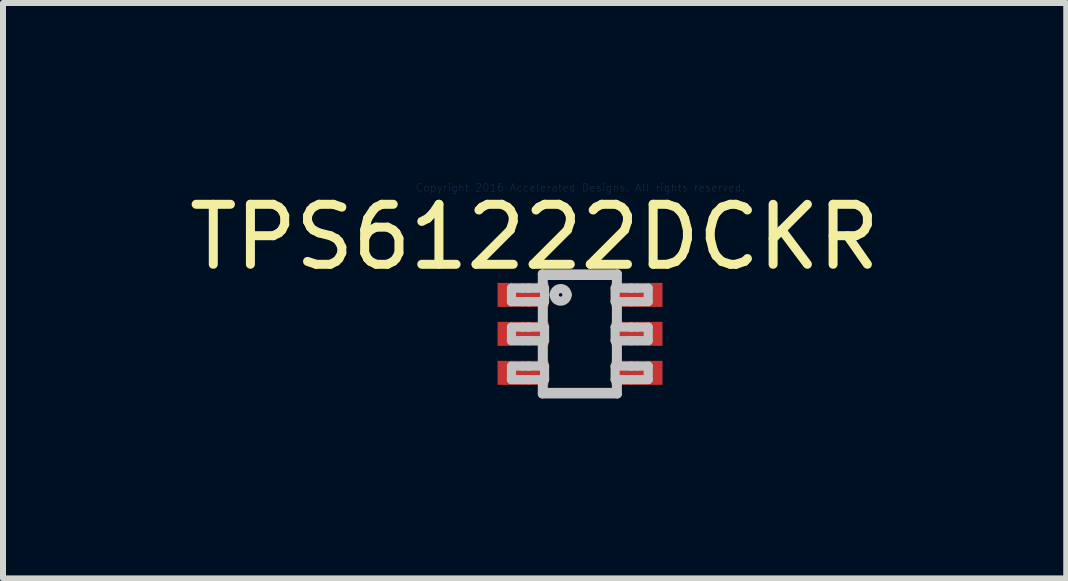
<source format=kicad_pcb>
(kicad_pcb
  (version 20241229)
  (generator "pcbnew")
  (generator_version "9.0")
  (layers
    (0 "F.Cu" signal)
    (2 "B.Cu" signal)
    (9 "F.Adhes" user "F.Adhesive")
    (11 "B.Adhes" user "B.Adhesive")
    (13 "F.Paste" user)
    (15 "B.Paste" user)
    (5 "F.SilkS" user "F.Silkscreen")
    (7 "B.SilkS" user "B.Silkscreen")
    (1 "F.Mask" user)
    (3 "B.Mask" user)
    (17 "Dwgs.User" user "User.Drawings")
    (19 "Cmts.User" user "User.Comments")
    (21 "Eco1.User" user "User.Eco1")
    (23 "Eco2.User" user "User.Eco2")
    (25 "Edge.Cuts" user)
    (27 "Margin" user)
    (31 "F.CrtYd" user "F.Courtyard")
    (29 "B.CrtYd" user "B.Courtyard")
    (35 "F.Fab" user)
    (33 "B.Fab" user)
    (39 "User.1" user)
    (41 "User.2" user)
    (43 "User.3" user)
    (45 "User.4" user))
  (footprint "TPS61222DCKR"
    (layer "F.Cu")
    (at 6.62 2.516)
    (property "Reference" "TPS61222DCKR" (at -0.757 -1.615 0) (layer "F.SilkS") (effects (font (size 1 1) (thickness 0.15))))
    (attr through_hole)
    (fp_line (start -1.143 -0.762) (end -0.959 -0.762) (stroke (width 0.152) (type solid)) (layer "Dwgs.User"))
    (fp_line (start -1.143 -0.537) (end -1.143 -0.762) (stroke (width 0.152) (type solid)) (layer "Dwgs.User"))
    (fp_line (start -1.143 -0.537) (end -0.959 -0.537) (stroke (width 0.152) (type solid)) (layer "Dwgs.User"))
    (fp_line (start -1.143 -0.112) (end -0.959 -0.112) (stroke (width 0.152) (type solid)) (layer "Dwgs.User"))
    (fp_line (start -1.143 0.113) (end -1.143 -0.112) (stroke (width 0.152) (type solid)) (layer "Dwgs.User"))
    (fp_line (start -1.143 0.113) (end -0.959 0.113) (stroke (width 0.152) (type solid)) (layer "Dwgs.User"))
    (fp_line (start -1.143 0.538) (end -0.959 0.538) (stroke (width 0.152) (type solid)) (layer "Dwgs.User"))
    (fp_line (start -1.143 0.763) (end -1.143 0.538) (stroke (width 0.152) (type solid)) (layer "Dwgs.User"))
    (fp_line (start -1.143 0.763) (end -0.959 0.763) (stroke (width 0.152) (type solid)) (layer "Dwgs.User"))
    (fp_line (start -0.959 -0.762) (end -0.865 -0.762) (stroke (width 0.152) (type solid)) (layer "Dwgs.User"))
    (fp_line (start -0.959 -0.537) (end -0.865 -0.537) (stroke (width 0.152) (type solid)) (layer "Dwgs.User"))
    (fp_line (start -0.959 -0.112) (end -0.865 -0.112) (stroke (width 0.152) (type solid)) (layer "Dwgs.User"))
    (fp_line (start -0.959 0.113) (end -0.865 0.113) (stroke (width 0.152) (type solid)) (layer "Dwgs.User"))
    (fp_line (start -0.959 0.538) (end -0.865 0.538) (stroke (width 0.152) (type solid)) (layer "Dwgs.User"))
    (fp_line (start -0.959 0.763) (end -0.865 0.763) (stroke (width 0.152) (type solid)) (layer "Dwgs.User"))
    (fp_line (start -0.865 -0.762) (end -0.853 -0.762) (stroke (width 0.152) (type solid)) (layer "Dwgs.User"))
    (fp_line (start -0.865 -0.537) (end -0.853 -0.537) (stroke (width 0.152) (type solid)) (layer "Dwgs.User"))
    (fp_line (start -0.865 -0.112) (end -0.853 -0.112) (stroke (width 0.152) (type solid)) (layer "Dwgs.User"))
    (fp_line (start -0.865 0.113) (end -0.853 0.113) (stroke (width 0.152) (type solid)) (layer "Dwgs.User"))
    (fp_line (start -0.865 0.538) (end -0.853 0.538) (stroke (width 0.152) (type solid)) (layer "Dwgs.User"))
    (fp_line (start -0.865 0.763) (end -0.853 0.763) (stroke (width 0.152) (type solid)) (layer "Dwgs.User"))
    (fp_line (start -0.853 -0.762) (end -0.628 -0.762) (stroke (width 0.152) (type solid)) (layer "Dwgs.User"))
    (fp_line (start -0.853 -0.537) (end -0.628 -0.537) (stroke (width 0.152) (type solid)) (layer "Dwgs.User"))
    (fp_line (start -0.853 -0.112) (end -0.628 -0.112) (stroke (width 0.152) (type solid)) (layer "Dwgs.User"))
    (fp_line (start -0.853 0.113) (end -0.628 0.113) (stroke (width 0.152) (type solid)) (layer "Dwgs.User"))
    (fp_line (start -0.853 0.538) (end -0.628 0.538) (stroke (width 0.152) (type solid)) (layer "Dwgs.User"))
    (fp_line (start -0.853 0.763) (end -0.628 0.763) (stroke (width 0.152) (type solid)) (layer "Dwgs.User"))
    (fp_line (start -0.628 -0.999) (end 0.622 -0.999) (stroke (width 0.152) (type solid)) (layer "Dwgs.User"))
    (fp_line (start -0.628 -0.762) (end -0.628 -0.999) (stroke (width 0.152) (type solid)) (layer "Dwgs.User"))
    (fp_line (start -0.628 -0.762) (end -0.591 -0.762) (stroke (width 0.152) (type solid)) (layer "Dwgs.User"))
    (fp_line (start -0.628 -0.537) (end -0.591 -0.537) (stroke (width 0.152) (type solid)) (layer "Dwgs.User"))
    (fp_line (start -0.628 -0.112) (end -0.628 -0.537) (stroke (width 0.152) (type solid)) (layer "Dwgs.User"))
    (fp_line (start -0.628 -0.112) (end -0.591 -0.112) (stroke (width 0.152) (type solid)) (layer "Dwgs.User"))
    (fp_line (start -0.628 0.113) (end -0.591 0.113) (stroke (width 0.152) (type solid)) (layer "Dwgs.User"))
    (fp_line (start -0.628 0.538) (end -0.628 0.113) (stroke (width 0.152) (type solid)) (layer "Dwgs.User"))
    (fp_line (start -0.628 0.538) (end -0.591 0.538) (stroke (width 0.152) (type solid)) (layer "Dwgs.User"))
    (fp_line (start -0.628 0.763) (end -0.591 0.763) (stroke (width 0.152) (type solid)) (layer "Dwgs.User"))
    (fp_line (start -0.628 1.001) (end -0.628 0.763) (stroke (width 0.152) (type solid)) (layer "Dwgs.User"))
    (fp_line (start -0.628 1.001) (end 0.622 1.001) (stroke (width 0.152) (type solid)) (layer "Dwgs.User"))
    (fp_line (start -0.613 -0.974) (end 0.607 -0.974) (stroke (width 0.152) (type solid)) (layer "Dwgs.User"))
    (fp_line (start -0.613 -0.762) (end -0.613 -0.974) (stroke (width 0.152) (type solid)) (layer "Dwgs.User"))
    (fp_line (start -0.613 -0.112) (end -0.613 -0.537) (stroke (width 0.152) (type solid)) (layer "Dwgs.User"))
    (fp_line (start -0.613 0.538) (end -0.613 0.113) (stroke (width 0.152) (type solid)) (layer "Dwgs.User"))
    (fp_line (start -0.613 0.976) (end -0.613 0.763) (stroke (width 0.152) (type solid)) (layer "Dwgs.User"))
    (fp_line (start -0.613 0.976) (end 0.607 0.976) (stroke (width 0.152) (type solid)) (layer "Dwgs.User"))
    (fp_line (start -0.591 -0.537) (end -0.591 -0.762) (stroke (width 0.152) (type solid)) (layer "Dwgs.User"))
    (fp_line (start -0.591 0.113) (end -0.591 -0.112) (stroke (width 0.152) (type solid)) (layer "Dwgs.User"))
    (fp_line (start -0.591 0.763) (end -0.591 0.538) (stroke (width 0.152) (type solid)) (layer "Dwgs.User"))
    (fp_line (start 0.585 -0.762) (end 0.622 -0.762) (stroke (width 0.152) (type solid)) (layer "Dwgs.User"))
    (fp_line (start 0.585 -0.537) (end 0.585 -0.762) (stroke (width 0.152) (type solid)) (layer "Dwgs.User"))
    (fp_line (start 0.585 -0.537) (end 0.622 -0.537) (stroke (width 0.152) (type solid)) (layer "Dwgs.User"))
    (fp_line (start 0.585 -0.112) (end 0.622 -0.112) (stroke (width 0.152) (type solid)) (layer "Dwgs.User"))
    (fp_line (start 0.585 0.113) (end 0.585 -0.112) (stroke (width 0.152) (type solid)) (layer "Dwgs.User"))
    (fp_line (start 0.585 0.113) (end 0.622 0.113) (stroke (width 0.152) (type solid)) (layer "Dwgs.User"))
    (fp_line (start 0.585 0.538) (end 0.622 0.538) (stroke (width 0.152) (type solid)) (layer "Dwgs.User"))
    (fp_line (start 0.585 0.763) (end 0.585 0.538) (stroke (width 0.152) (type solid)) (layer "Dwgs.User"))
    (fp_line (start 0.585 0.763) (end 0.622 0.763) (stroke (width 0.152) (type solid)) (layer "Dwgs.User"))
    (fp_line (start 0.607 -0.762) (end 0.607 -0.974) (stroke (width 0.152) (type solid)) (layer "Dwgs.User"))
    (fp_line (start 0.607 -0.112) (end 0.607 -0.537) (stroke (width 0.152) (type solid)) (layer "Dwgs.User"))
    (fp_line (start 0.607 0.538) (end 0.607 0.113) (stroke (width 0.152) (type solid)) (layer "Dwgs.User"))
    (fp_line (start 0.607 0.976) (end 0.607 0.763) (stroke (width 0.152) (type solid)) (layer "Dwgs.User"))
    (fp_line (start 0.622 -0.762) (end 0.622 -0.999) (stroke (width 0.152) (type solid)) (layer "Dwgs.User"))
    (fp_line (start 0.622 -0.762) (end 0.847 -0.762) (stroke (width 0.152) (type solid)) (layer "Dwgs.User"))
    (fp_line (start 0.622 -0.537) (end 0.847 -0.537) (stroke (width 0.152) (type solid)) (layer "Dwgs.User"))
    (fp_line (start 0.622 -0.112) (end 0.622 -0.537) (stroke (width 0.152) (type solid)) (layer "Dwgs.User"))
    (fp_line (start 0.622 -0.112) (end 0.847 -0.112) (stroke (width 0.152) (type solid)) (layer "Dwgs.User"))
    (fp_line (start 0.622 0.113) (end 0.847 0.113) (stroke (width 0.152) (type solid)) (layer "Dwgs.User"))
    (fp_line (start 0.622 0.538) (end 0.622 0.113) (stroke (width 0.152) (type solid)) (layer "Dwgs.User"))
    (fp_line (start 0.622 0.538) (end 0.847 0.538) (stroke (width 0.152) (type solid)) (layer "Dwgs.User"))
    (fp_line (start 0.622 0.763) (end 0.847 0.763) (stroke (width 0.152) (type solid)) (layer "Dwgs.User"))
    (fp_line (start 0.622 1.001) (end 0.622 0.763) (stroke (width 0.152) (type solid)) (layer "Dwgs.User"))
    (fp_line (start 0.847 -0.762) (end 0.859 -0.762) (stroke (width 0.152) (type solid)) (layer "Dwgs.User"))
    (fp_line (start 0.847 -0.537) (end 0.859 -0.537) (stroke (width 0.152) (type solid)) (layer "Dwgs.User"))
    (fp_line (start 0.847 -0.112) (end 0.859 -0.112) (stroke (width 0.152) (type solid)) (layer "Dwgs.User"))
    (fp_line (start 0.847 0.113) (end 0.859 0.113) (stroke (width 0.152) (type solid)) (layer "Dwgs.User"))
    (fp_line (start 0.847 0.538) (end 0.859 0.538) (stroke (width 0.152) (type solid)) (layer "Dwgs.User"))
    (fp_line (start 0.847 0.763) (end 0.859 0.763) (stroke (width 0.152) (type solid)) (layer "Dwgs.User"))
    (fp_line (start 0.859 -0.762) (end 0.953 -0.762) (stroke (width 0.152) (type solid)) (layer "Dwgs.User"))
    (fp_line (start 0.859 -0.537) (end 0.953 -0.537) (stroke (width 0.152) (type solid)) (layer "Dwgs.User"))
    (fp_line (start 0.859 -0.112) (end 0.953 -0.112) (stroke (width 0.152) (type solid)) (layer "Dwgs.User"))
    (fp_line (start 0.859 0.113) (end 0.953 0.113) (stroke (width 0.152) (type solid)) (layer "Dwgs.User"))
    (fp_line (start 0.859 0.538) (end 0.953 0.538) (stroke (width 0.152) (type solid)) (layer "Dwgs.User"))
    (fp_line (start 0.859 0.763) (end 0.953 0.763) (stroke (width 0.152) (type solid)) (layer "Dwgs.User"))
    (fp_line (start 0.953 -0.762) (end 1.137 -0.762) (stroke (width 0.152) (type solid)) (layer "Dwgs.User"))
    (fp_line (start 0.953 -0.537) (end 1.137 -0.537) (stroke (width 0.152) (type solid)) (layer "Dwgs.User"))
    (fp_line (start 0.953 -0.112) (end 1.137 -0.112) (stroke (width 0.152) (type solid)) (layer "Dwgs.User"))
    (fp_line (start 0.953 0.113) (end 1.137 0.113) (stroke (width 0.152) (type solid)) (layer "Dwgs.User"))
    (fp_line (start 0.953 0.538) (end 1.137 0.538) (stroke (width 0.152) (type solid)) (layer "Dwgs.User"))
    (fp_line (start 0.953 0.763) (end 1.137 0.763) (stroke (width 0.152) (type solid)) (layer "Dwgs.User"))
    (fp_line (start 1.137 -0.537) (end 1.137 -0.762) (stroke (width 0.152) (type solid)) (layer "Dwgs.User"))
    (fp_line (start 1.137 0.113) (end 1.137 -0.112) (stroke (width 0.152) (type solid)) (layer "Dwgs.User"))
    (fp_line (start 1.137 0.763) (end 1.137 0.538) (stroke (width 0.152) (type solid)) (layer "Dwgs.User"))
    (fp_arc (start -0.431546 -0.650138) (mid -0.323177 -0.758507) (end -0.214808 -0.650138) (stroke (width 0.1524) (type solid)) (layer "Dwgs.User"))
    (fp_arc (start -0.214808 -0.650138) (mid -0.323177 -0.541769) (end -0.431546 -0.650138) (stroke (width 0.1524) (type solid)) (layer "Dwgs.User"))
    (fp_text user "Copyright 2016 Accelerated Designs. All rights reserved." (at 0.005 -2.438 0) (layer "Cmts.User") (effects (font (size 0.127 0.127) (thickness 0.002))))
    (pad "" smd rect (at -0.95 -0.65 90) (size 0.197 0.647) (layers "F.Paste"))
    (pad "" smd rect (at -0.95 -0.65 90) (size 0.502 0.952) (layers "F.Mask"))
    (pad "" smd rect (at -0.95 0 90) (size 0.197 0.647) (layers "F.Paste"))
    (pad "" smd rect (at -0.95 0 90) (size 0.502 0.952) (layers "F.Mask"))
    (pad "" smd rect (at -0.95 0.65 90) (size 0.197 0.647) (layers "F.Paste"))
    (pad "" smd rect (at -0.95 0.65 90) (size 0.502 0.952) (layers "F.Mask"))
    (pad "" smd rect (at 0.95 -0.65 90) (size 0.197 0.647) (layers "F.Paste"))
    (pad "" smd rect (at 0.95 -0.65 90) (size 0.502 0.952) (layers "F.Mask"))
    (pad "" smd rect (at 0.95 0 90) (size 0.197 0.647) (layers "F.Paste"))
    (pad "" smd rect (at 0.95 0 90) (size 0.502 0.952) (layers "F.Mask"))
    (pad "" smd rect (at 0.95 0.65 90) (size 0.197 0.647) (layers "F.Paste"))
    (pad "" smd rect (at 0.95 0.65 90) (size 0.502 0.952) (layers "F.Mask"))
    (pad "1" smd rect (at -0.95 -0.65 90) (size 0.4 0.85) (layers "F.Cu"))
    (pad "2" smd rect (at -0.95 0 90) (size 0.4 0.85) (layers "F.Cu"))
    (pad "3" smd rect (at -0.95 0.65 90) (size 0.4 0.85) (layers "F.Cu"))
    (pad "4" smd rect (at 0.95 0.65 90) (size 0.4 0.85) (layers "F.Cu"))
    (pad "5" smd rect (at 0.95 0 90) (size 0.4 0.85) (layers "F.Cu"))
    (pad "6" smd rect (at 0.95 -0.65 90) (size 0.4 0.85) (layers "F.Cu")))
  (gr_rect
    (start -3 -3)
    (end 14.726 6.593)
    (stroke (width 0.1) (type default))
    (fill no)
    (layer "Edge.Cuts")))
</source>
